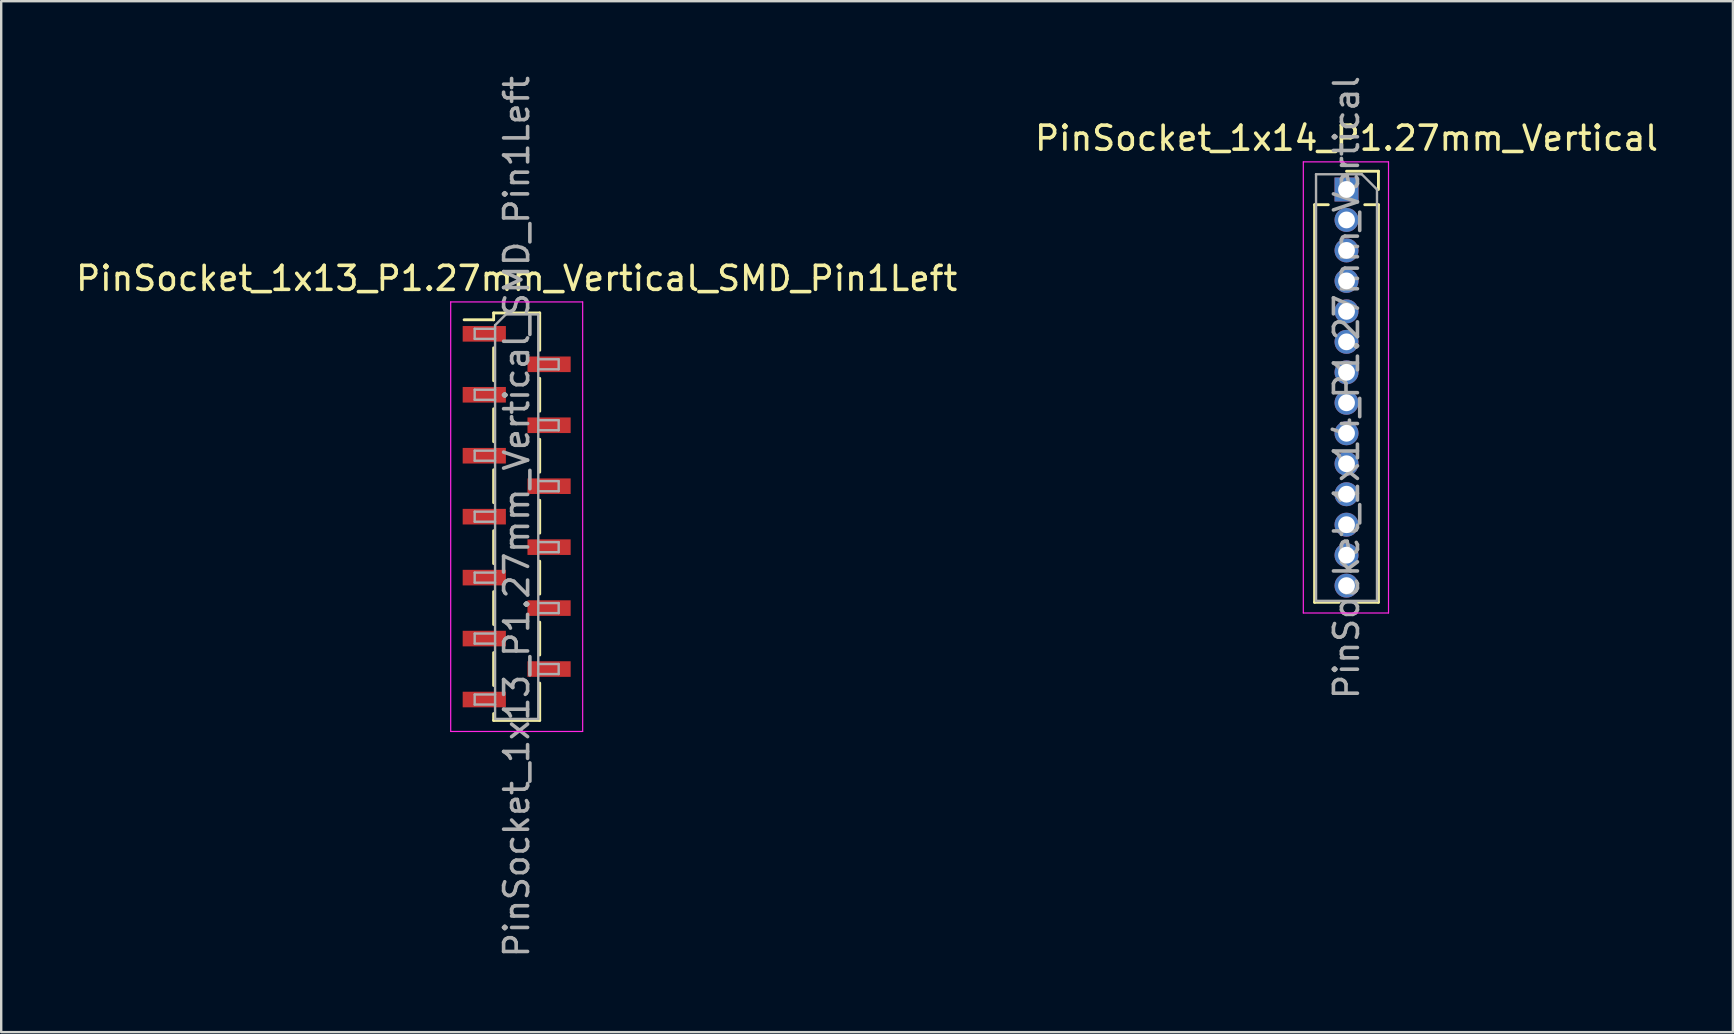
<source format=kicad_pcb>
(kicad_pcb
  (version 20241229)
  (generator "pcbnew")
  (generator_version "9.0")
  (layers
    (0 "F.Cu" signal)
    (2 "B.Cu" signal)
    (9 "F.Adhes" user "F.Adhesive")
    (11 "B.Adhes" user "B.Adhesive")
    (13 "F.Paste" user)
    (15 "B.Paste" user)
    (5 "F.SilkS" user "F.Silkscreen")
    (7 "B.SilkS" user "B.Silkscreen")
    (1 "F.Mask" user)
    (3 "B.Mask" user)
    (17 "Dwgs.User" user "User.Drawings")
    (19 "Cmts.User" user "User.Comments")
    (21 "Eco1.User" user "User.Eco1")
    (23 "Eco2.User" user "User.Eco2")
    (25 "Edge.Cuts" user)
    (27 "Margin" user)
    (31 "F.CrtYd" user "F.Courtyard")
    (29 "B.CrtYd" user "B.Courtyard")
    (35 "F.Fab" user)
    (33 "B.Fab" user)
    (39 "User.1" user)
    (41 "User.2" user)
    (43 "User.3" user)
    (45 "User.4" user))
  (footprint "PinSocket_1x13_P1.27mm_Vertical_SMD_Pin1Left"
    (layer "F.Cu")
    (at 18.482 18.482)
    (property "Reference" "PinSocket_1x13_P1.27mm_Vertical_SMD_Pin1Left" (at 0 -9.93 0) (layer "F.SilkS") (effects (font (size 1 1) (thickness 0.15))))
    (attr smd)
    (fp_line (start -2.19 -8.205) (end -0.96 -8.205) (stroke (width 0.12) (type solid)) (layer "F.SilkS"))
    (fp_line (start -0.96 -8.49) (end -0.96 -8.205) (stroke (width 0.12) (type solid)) (layer "F.SilkS"))
    (fp_line (start -0.96 -8.49) (end 0.96 -8.49) (stroke (width 0.12) (type solid)) (layer "F.SilkS"))
    (fp_line (start -0.96 -7.035) (end -0.96 -5.665) (stroke (width 0.12) (type solid)) (layer "F.SilkS"))
    (fp_line (start -0.96 -4.495) (end -0.96 -3.125) (stroke (width 0.12) (type solid)) (layer "F.SilkS"))
    (fp_line (start -0.96 -1.955) (end -0.96 -0.585) (stroke (width 0.12) (type solid)) (layer "F.SilkS"))
    (fp_line (start -0.96 0.585) (end -0.96 1.955) (stroke (width 0.12) (type solid)) (layer "F.SilkS"))
    (fp_line (start -0.96 3.125) (end -0.96 4.495) (stroke (width 0.12) (type solid)) (layer "F.SilkS"))
    (fp_line (start -0.96 5.665) (end -0.96 7.035) (stroke (width 0.12) (type solid)) (layer "F.SilkS"))
    (fp_line (start -0.96 8.205) (end -0.96 8.49) (stroke (width 0.12) (type solid)) (layer "F.SilkS"))
    (fp_line (start -0.96 8.49) (end 0.96 8.49) (stroke (width 0.12) (type solid)) (layer "F.SilkS"))
    (fp_line (start 0.96 -8.49) (end 0.96 -6.935) (stroke (width 0.12) (type solid)) (layer "F.SilkS"))
    (fp_line (start 0.96 -5.765) (end 0.96 -4.395) (stroke (width 0.12) (type solid)) (layer "F.SilkS"))
    (fp_line (start 0.96 -3.225) (end 0.96 -1.855) (stroke (width 0.12) (type solid)) (layer "F.SilkS"))
    (fp_line (start 0.96 -0.685) (end 0.96 0.685) (stroke (width 0.12) (type solid)) (layer "F.SilkS"))
    (fp_line (start 0.96 1.855) (end 0.96 3.225) (stroke (width 0.12) (type solid)) (layer "F.SilkS"))
    (fp_line (start 0.96 4.395) (end 0.96 5.765) (stroke (width 0.12) (type solid)) (layer "F.SilkS"))
    (fp_line (start 0.96 6.935) (end 0.96 8.49) (stroke (width 0.12) (type solid)) (layer "F.SilkS"))
    (fp_line (start -2.75 -8.95) (end 2.75 -8.95) (stroke (width 0.05) (type solid)) (layer "F.CrtYd"))
    (fp_line (start -2.75 8.95) (end -2.75 -8.95) (stroke (width 0.05) (type solid)) (layer "F.CrtYd"))
    (fp_line (start 2.75 -8.95) (end 2.75 8.95) (stroke (width 0.05) (type solid)) (layer "F.CrtYd"))
    (fp_line (start 2.75 8.95) (end -2.75 8.95) (stroke (width 0.05) (type solid)) (layer "F.CrtYd"))
    (fp_line (start -1.75 -7.83) (end -0.9 -7.83) (stroke (width 0.1) (type solid)) (layer "F.Fab"))
    (fp_line (start -1.75 -7.41) (end -1.75 -7.83) (stroke (width 0.1) (type solid)) (layer "F.Fab"))
    (fp_line (start -1.75 -5.29) (end -0.9 -5.29) (stroke (width 0.1) (type solid)) (layer "F.Fab"))
    (fp_line (start -1.75 -4.87) (end -1.75 -5.29) (stroke (width 0.1) (type solid)) (layer "F.Fab"))
    (fp_line (start -1.75 -2.75) (end -0.9 -2.75) (stroke (width 0.1) (type solid)) (layer "F.Fab"))
    (fp_line (start -1.75 -2.33) (end -1.75 -2.75) (stroke (width 0.1) (type solid)) (layer "F.Fab"))
    (fp_line (start -1.75 -0.21) (end -0.9 -0.21) (stroke (width 0.1) (type solid)) (layer "F.Fab"))
    (fp_line (start -1.75 0.21) (end -1.75 -0.21) (stroke (width 0.1) (type solid)) (layer "F.Fab"))
    (fp_line (start -1.75 2.33) (end -0.9 2.33) (stroke (width 0.1) (type solid)) (layer "F.Fab"))
    (fp_line (start -1.75 2.75) (end -1.75 2.33) (stroke (width 0.1) (type solid)) (layer "F.Fab"))
    (fp_line (start -1.75 4.87) (end -0.9 4.87) (stroke (width 0.1) (type solid)) (layer "F.Fab"))
    (fp_line (start -1.75 5.29) (end -1.75 4.87) (stroke (width 0.1) (type solid)) (layer "F.Fab"))
    (fp_line (start -1.75 7.41) (end -0.9 7.41) (stroke (width 0.1) (type solid)) (layer "F.Fab"))
    (fp_line (start -1.75 7.83) (end -1.75 7.41) (stroke (width 0.1) (type solid)) (layer "F.Fab"))
    (fp_line (start -0.9 -7.98) (end -0.45 -8.43) (stroke (width 0.1) (type solid)) (layer "F.Fab"))
    (fp_line (start -0.9 -7.41) (end -1.75 -7.41) (stroke (width 0.1) (type solid)) (layer "F.Fab"))
    (fp_line (start -0.9 -4.87) (end -1.75 -4.87) (stroke (width 0.1) (type solid)) (layer "F.Fab"))
    (fp_line (start -0.9 -2.33) (end -1.75 -2.33) (stroke (width 0.1) (type solid)) (layer "F.Fab"))
    (fp_line (start -0.9 0.21) (end -1.75 0.21) (stroke (width 0.1) (type solid)) (layer "F.Fab"))
    (fp_line (start -0.9 2.75) (end -1.75 2.75) (stroke (width 0.1) (type solid)) (layer "F.Fab"))
    (fp_line (start -0.9 5.29) (end -1.75 5.29) (stroke (width 0.1) (type solid)) (layer "F.Fab"))
    (fp_line (start -0.9 7.83) (end -1.75 7.83) (stroke (width 0.1) (type solid)) (layer "F.Fab"))
    (fp_line (start -0.9 8.43) (end -0.9 -7.98) (stroke (width 0.1) (type solid)) (layer "F.Fab"))
    (fp_line (start -0.45 -8.43) (end 0.9 -8.43) (stroke (width 0.1) (type solid)) (layer "F.Fab"))
    (fp_line (start 0.9 -8.43) (end 0.9 8.43) (stroke (width 0.1) (type solid)) (layer "F.Fab"))
    (fp_line (start 0.9 -6.56) (end 1.75 -6.56) (stroke (width 0.1) (type solid)) (layer "F.Fab"))
    (fp_line (start 0.9 -4.02) (end 1.75 -4.02) (stroke (width 0.1) (type solid)) (layer "F.Fab"))
    (fp_line (start 0.9 -1.48) (end 1.75 -1.48) (stroke (width 0.1) (type solid)) (layer "F.Fab"))
    (fp_line (start 0.9 1.06) (end 1.75 1.06) (stroke (width 0.1) (type solid)) (layer "F.Fab"))
    (fp_line (start 0.9 3.6) (end 1.75 3.6) (stroke (width 0.1) (type solid)) (layer "F.Fab"))
    (fp_line (start 0.9 6.14) (end 1.75 6.14) (stroke (width 0.1) (type solid)) (layer "F.Fab"))
    (fp_line (start 0.9 8.43) (end -0.9 8.43) (stroke (width 0.1) (type solid)) (layer "F.Fab"))
    (fp_line (start 1.75 -6.56) (end 1.75 -6.14) (stroke (width 0.1) (type solid)) (layer "F.Fab"))
    (fp_line (start 1.75 -6.14) (end 0.9 -6.14) (stroke (width 0.1) (type solid)) (layer "F.Fab"))
    (fp_line (start 1.75 -4.02) (end 1.75 -3.6) (stroke (width 0.1) (type solid)) (layer "F.Fab"))
    (fp_line (start 1.75 -3.6) (end 0.9 -3.6) (stroke (width 0.1) (type solid)) (layer "F.Fab"))
    (fp_line (start 1.75 -1.48) (end 1.75 -1.06) (stroke (width 0.1) (type solid)) (layer "F.Fab"))
    (fp_line (start 1.75 -1.06) (end 0.9 -1.06) (stroke (width 0.1) (type solid)) (layer "F.Fab"))
    (fp_line (start 1.75 1.06) (end 1.75 1.48) (stroke (width 0.1) (type solid)) (layer "F.Fab"))
    (fp_line (start 1.75 1.48) (end 0.9 1.48) (stroke (width 0.1) (type solid)) (layer "F.Fab"))
    (fp_line (start 1.75 3.6) (end 1.75 4.02) (stroke (width 0.1) (type solid)) (layer "F.Fab"))
    (fp_line (start 1.75 4.02) (end 0.9 4.02) (stroke (width 0.1) (type solid)) (layer "F.Fab"))
    (fp_line (start 1.75 6.14) (end 1.75 6.56) (stroke (width 0.1) (type solid)) (layer "F.Fab"))
    (fp_line (start 1.75 6.56) (end 0.9 6.56) (stroke (width 0.1) (type solid)) (layer "F.Fab"))
    (fp_text user "${REFERENCE}" (at 0 0 90) (layer "F.Fab") (effects (font (size 1 1) (thickness 0.15))))
    (pad "1" smd rect (at -1.35 -7.62) (size 1.8 0.65) (layers "F.Cu" "F.Mask" "F.Paste"))
    (pad "2" smd rect (at 1.35 -6.35) (size 1.8 0.65) (layers "F.Cu" "F.Mask" "F.Paste"))
    (pad "3" smd rect (at -1.35 -5.08) (size 1.8 0.65) (layers "F.Cu" "F.Mask" "F.Paste"))
    (pad "4" smd rect (at 1.35 -3.81) (size 1.8 0.65) (layers "F.Cu" "F.Mask" "F.Paste"))
    (pad "5" smd rect (at -1.35 -2.54) (size 1.8 0.65) (layers "F.Cu" "F.Mask" "F.Paste"))
    (pad "6" smd rect (at 1.35 -1.27) (size 1.8 0.65) (layers "F.Cu" "F.Mask" "F.Paste"))
    (pad "7" smd rect (at -1.35 0) (size 1.8 0.65) (layers "F.Cu" "F.Mask" "F.Paste"))
    (pad "8" smd rect (at 1.35 1.27) (size 1.8 0.65) (layers "F.Cu" "F.Mask" "F.Paste"))
    (pad "9" smd rect (at -1.35 2.54) (size 1.8 0.65) (layers "F.Cu" "F.Mask" "F.Paste"))
    (pad "10" smd rect (at 1.35 3.81) (size 1.8 0.65) (layers "F.Cu" "F.Mask" "F.Paste"))
    (pad "11" smd rect (at -1.35 5.08) (size 1.8 0.65) (layers "F.Cu" "F.Mask" "F.Paste"))
    (pad "12" smd rect (at 1.35 6.35) (size 1.8 0.65) (layers "F.Cu" "F.Mask" "F.Paste"))
    (pad "13" smd rect (at -1.35 7.62) (size 1.8 0.65) (layers "F.Cu" "F.Mask" "F.Paste")))
  (footprint "PinSocket_1x14_P1.27mm_Vertical"
    (layer "F.Cu")
    (at 53.065 4.846)
    (property "Reference" "PinSocket_1x14_P1.27mm_Vertical" (at 0 -2.135 0) (layer "F.SilkS") (effects (font (size 1 1) (thickness 0.15))))
    (attr through_hole)
    (fp_line (start -1.33 0.635) (end -1.33 17.205) (stroke (width 0.12) (type solid)) (layer "F.SilkS"))
    (fp_line (start -1.33 0.635) (end -0.76 0.635) (stroke (width 0.12) (type solid)) (layer "F.SilkS"))
    (fp_line (start -1.33 17.205) (end -0.308 17.205) (stroke (width 0.12) (type solid)) (layer "F.SilkS"))
    (fp_line (start 0 -0.76) (end 1.33 -0.76) (stroke (width 0.12) (type solid)) (layer "F.SilkS"))
    (fp_line (start 0.308 17.205) (end 1.33 17.205) (stroke (width 0.12) (type solid)) (layer "F.SilkS"))
    (fp_line (start 0.76 0.635) (end 1.33 0.635) (stroke (width 0.12) (type solid)) (layer "F.SilkS"))
    (fp_line (start 1.33 -0.76) (end 1.33 0) (stroke (width 0.12) (type solid)) (layer "F.SilkS"))
    (fp_line (start 1.33 0.635) (end 1.33 17.205) (stroke (width 0.12) (type solid)) (layer "F.SilkS"))
    (fp_line (start -1.8 -1.15) (end 1.75 -1.15) (stroke (width 0.05) (type solid)) (layer "F.CrtYd"))
    (fp_line (start -1.8 17.65) (end -1.8 -1.15) (stroke (width 0.05) (type solid)) (layer "F.CrtYd"))
    (fp_line (start 1.75 -1.15) (end 1.75 17.65) (stroke (width 0.05) (type solid)) (layer "F.CrtYd"))
    (fp_line (start 1.75 17.65) (end -1.8 17.65) (stroke (width 0.05) (type solid)) (layer "F.CrtYd"))
    (fp_line (start -1.27 -0.635) (end 0.635 -0.635) (stroke (width 0.1) (type solid)) (layer "F.Fab"))
    (fp_line (start -1.27 17.145) (end -1.27 -0.635) (stroke (width 0.1) (type solid)) (layer "F.Fab"))
    (fp_line (start 0.635 -0.635) (end 1.27 0) (stroke (width 0.1) (type solid)) (layer "F.Fab"))
    (fp_line (start 1.27 0) (end 1.27 17.145) (stroke (width 0.1) (type solid)) (layer "F.Fab"))
    (fp_line (start 1.27 17.145) (end -1.27 17.145) (stroke (width 0.1) (type solid)) (layer "F.Fab"))
    (fp_text user "${REFERENCE}" (at 0 8.255 90) (layer "F.Fab") (effects (font (size 1 1) (thickness 0.15))))
    (pad "1" thru_hole rect (at 0 0) (size 1 1) (drill 0.7) (layers "*.Cu" "*.Mask"))
    (pad "2" thru_hole oval (at 0 1.27) (size 1 1) (drill 0.7) (layers "*.Cu" "*.Mask"))
    (pad "3" thru_hole oval (at 0 2.54) (size 1 1) (drill 0.7) (layers "*.Cu" "*.Mask"))
    (pad "4" thru_hole oval (at 0 3.81) (size 1 1) (drill 0.7) (layers "*.Cu" "*.Mask"))
    (pad "5" thru_hole oval (at 0 5.08) (size 1 1) (drill 0.7) (layers "*.Cu" "*.Mask"))
    (pad "6" thru_hole oval (at 0 6.35) (size 1 1) (drill 0.7) (layers "*.Cu" "*.Mask"))
    (pad "7" thru_hole oval (at 0 7.62) (size 1 1) (drill 0.7) (layers "*.Cu" "*.Mask"))
    (pad "8" thru_hole oval (at 0 8.89) (size 1 1) (drill 0.7) (layers "*.Cu" "*.Mask"))
    (pad "9" thru_hole oval (at 0 10.16) (size 1 1) (drill 0.7) (layers "*.Cu" "*.Mask"))
    (pad "10" thru_hole oval (at 0 11.43) (size 1 1) (drill 0.7) (layers "*.Cu" "*.Mask"))
    (pad "11" thru_hole oval (at 0 12.7) (size 1 1) (drill 0.7) (layers "*.Cu" "*.Mask"))
    (pad "12" thru_hole oval (at 0 13.97) (size 1 1) (drill 0.7) (layers "*.Cu" "*.Mask"))
    (pad "13" thru_hole oval (at 0 15.24) (size 1 1) (drill 0.7) (layers "*.Cu" "*.Mask"))
    (pad "14" thru_hole oval (at 0 16.51) (size 1 1) (drill 0.7) (layers "*.Cu" "*.Mask")))
  (gr_rect
    (start -3 -3)
    (end 69.167 39.964)
    (stroke (width 0.1) (type default))
    (fill no)
    (layer "Edge.Cuts")))
</source>
